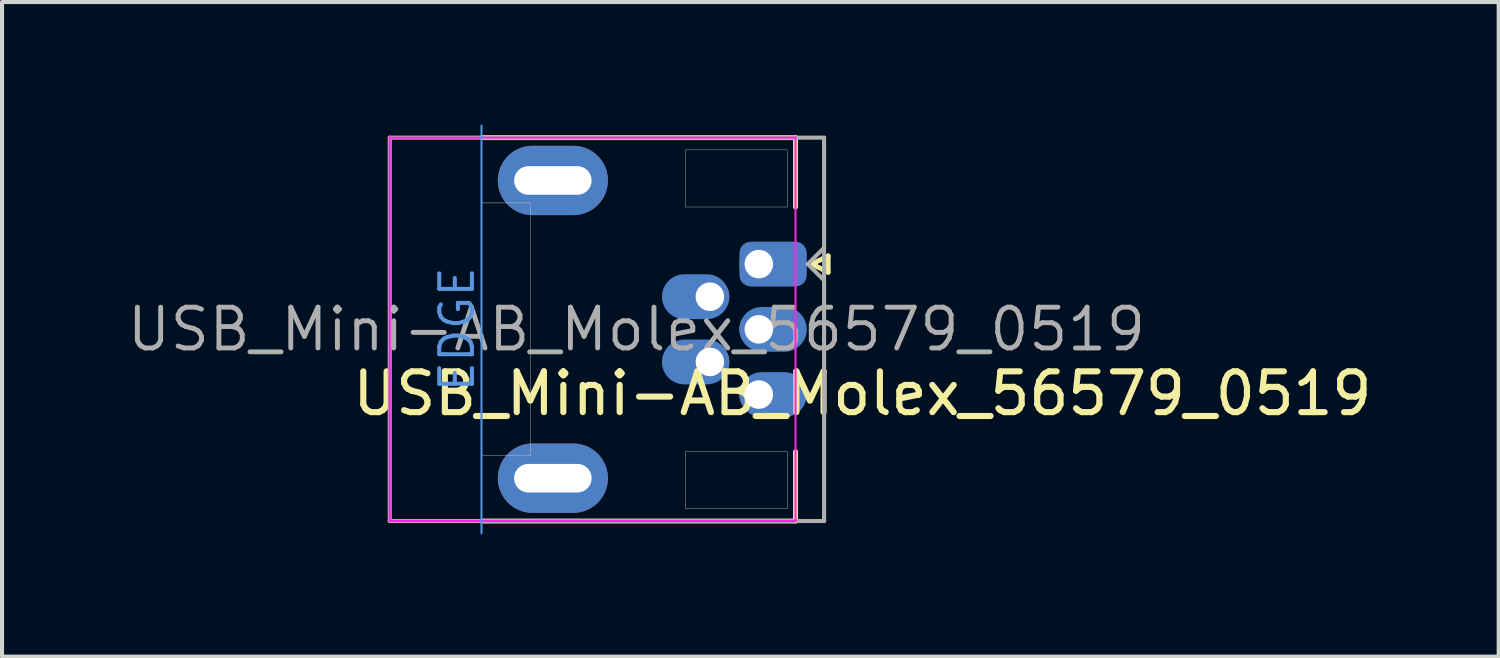
<source format=kicad_pcb>
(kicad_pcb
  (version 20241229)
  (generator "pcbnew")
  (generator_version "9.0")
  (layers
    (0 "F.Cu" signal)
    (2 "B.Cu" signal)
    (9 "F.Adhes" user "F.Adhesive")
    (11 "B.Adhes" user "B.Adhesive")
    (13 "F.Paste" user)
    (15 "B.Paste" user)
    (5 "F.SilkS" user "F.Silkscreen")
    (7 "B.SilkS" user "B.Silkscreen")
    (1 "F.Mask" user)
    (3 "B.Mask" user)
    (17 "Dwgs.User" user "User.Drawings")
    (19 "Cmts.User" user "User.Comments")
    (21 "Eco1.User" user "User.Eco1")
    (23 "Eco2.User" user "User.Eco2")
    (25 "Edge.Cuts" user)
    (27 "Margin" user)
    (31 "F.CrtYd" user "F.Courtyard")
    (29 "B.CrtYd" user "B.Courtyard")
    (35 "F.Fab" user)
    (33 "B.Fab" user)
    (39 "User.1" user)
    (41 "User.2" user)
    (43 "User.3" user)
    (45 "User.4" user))
  (footprint "USB_Mini-AB_Molex_56579_0519"
    (layer "F.Cu")
    (at 15.556 3.425)
    (property "Reference" "USB_Mini-AB_Molex_56579_0519" (at 2.54 3.175 0) (layer "F.SilkS") (effects (font (size 1 1) (thickness 0.15))))
    (attr through_hole)
    (fp_line (start -6.8 -3.1) (end 0.9 -3.1) (stroke (width 0.12) (type solid)) (layer "F.SilkS"))
    (fp_line (start 0.9 -3.1) (end 0.9 -1.4) (stroke (width 0.12) (type solid)) (layer "F.SilkS"))
    (fp_line (start 0.9 4.6) (end 0.9 6.3) (stroke (width 0.12) (type solid)) (layer "F.SilkS"))
    (fp_line (start 0.9 6.3) (end -6.8 6.3) (stroke (width 0.12) (type solid)) (layer "F.SilkS"))
    (fp_line (start 1.3 0) (end 1.7 -0.2) (stroke (width 0.12) (type solid)) (layer "F.SilkS"))
    (fp_line (start 1.7 -0.2) (end 1.7 0.2) (stroke (width 0.12) (type solid)) (layer "F.SilkS"))
    (fp_line (start 1.7 0.2) (end 1.3 0) (stroke (width 0.12) (type solid)) (layer "F.SilkS"))
    (fp_poly (pts (xy -6.8 -1.5) (xy -5.6 -1.5) (xy -5.6 4.7) (xy -6.8 4.7)) (stroke (width 0.01) (type solid)) (fill no) (layer "Dwgs.User"))
    (fp_poly (pts (xy -1.8 -2.8) (xy 0.7 -2.8) (xy 0.7 -1.4) (xy -1.8 -1.4)) (stroke (width 0.01) (type solid)) (fill no) (layer "Dwgs.User"))
    (fp_poly (pts (xy -1.8 4.6) (xy 0.7 4.6) (xy 0.7 6) (xy -1.8 6)) (stroke (width 0.01) (type solid)) (fill no) (layer "Dwgs.User"))
    (fp_line (start -6.8 -3.4) (end -6.8 6.6) (stroke (width 0.05) (type solid)) (layer "Cmts.User"))
    (fp_line (start -9.05 -3.1) (end 0.9 -3.1) (stroke (width 0.05) (type solid)) (layer "F.CrtYd"))
    (fp_line (start -9.05 6.3) (end -9.05 -3.1) (stroke (width 0.05) (type solid)) (layer "F.CrtYd"))
    (fp_line (start 0.9 -3.1) (end 0.9 6.3) (stroke (width 0.05) (type solid)) (layer "F.CrtYd"))
    (fp_line (start 0.9 6.3) (end -9.05 6.3) (stroke (width 0.05) (type solid)) (layer "F.CrtYd"))
    (fp_line (start -9.05 -3.1) (end 1.6 -3.1) (stroke (width 0.1) (type solid)) (layer "F.Fab"))
    (fp_line (start -9.05 6.3) (end -9.05 -3.1) (stroke (width 0.1) (type solid)) (layer "F.Fab"))
    (fp_line (start 1.2 0) (end 1.6 -0.4) (stroke (width 0.1) (type solid)) (layer "F.Fab"))
    (fp_line (start 1.2 0) (end 1.6 0.4) (stroke (width 0.1) (type solid)) (layer "F.Fab"))
    (fp_line (start 1.6 -3.1) (end 1.6 6.3) (stroke (width 0.1) (type solid)) (layer "F.Fab"))
    (fp_line (start 1.6 6.3) (end -9.05 6.3) (stroke (width 0.1) (type solid)) (layer "F.Fab"))
    (fp_text user "EDGE" (at -7.4 1.6 90) (layer "Cmts.User") (effects (font (size 0.801 0.801) (thickness 0.1))))
    (fp_text user "${REFERENCE}" (at -3 1.6 0) (layer "F.Fab") (effects (font (size 1 1) (thickness 0.12))))
    (pad "1" thru_hole circle (at 0 0) (size 0.95 0.95) (drill 0.7) (layers "*.Cu" "F.Mask"))
    (pad "1" connect roundrect (at 0 0) (size 1.65 1.1) (drill (offset 0.35 0)) (layers "B.Cu" "B.Mask") (roundrect_rratio 0.25))
    (pad "2" thru_hole circle (at -1.2 0.8) (size 0.95 0.95) (drill 0.7) (layers "*.Cu" "F.Mask"))
    (pad "2" connect oval (at -1.2 0.8) (size 1.65 1.1) (drill (offset -0.35 0)) (layers "B.Cu" "B.Mask"))
    (pad "3" thru_hole circle (at 0 1.6) (size 0.95 0.95) (drill 0.7) (layers "*.Cu" "F.Mask"))
    (pad "3" connect oval (at 0 1.6) (size 1.65 1.1) (drill (offset 0.35 0)) (layers "B.Cu" "B.Mask"))
    (pad "4" thru_hole circle (at -1.2 2.4) (size 0.95 0.95) (drill 0.7) (layers "*.Cu" "F.Mask"))
    (pad "4" connect oval (at -1.2 2.4) (size 1.65 1.1) (drill (offset -0.35 0)) (layers "B.Cu" "B.Mask"))
    (pad "5" thru_hole circle (at 0 3.2) (size 0.95 0.95) (drill 0.7) (layers "*.Cu" "F.Mask"))
    (pad "5" connect oval (at 0 3.2) (size 1.65 1.1) (drill (offset 0.35 0)) (layers "B.Cu" "B.Mask"))
    (pad "6" thru_hole oval (at -5.05 -2.05) (size 2.7 1.7) (drill oval 1.9 0.7) (layers "*.Cu" "*.Mask"))
    (pad "6" thru_hole oval (at -5.05 5.25) (size 2.7 1.7) (drill oval 1.9 0.7) (layers "*.Cu" "*.Mask")))
  (gr_rect
    (start -3 -3)
    (end 33.697 13.05)
    (stroke (width 0.1) (type default))
    (fill no)
    (layer "Edge.Cuts")))
</source>
